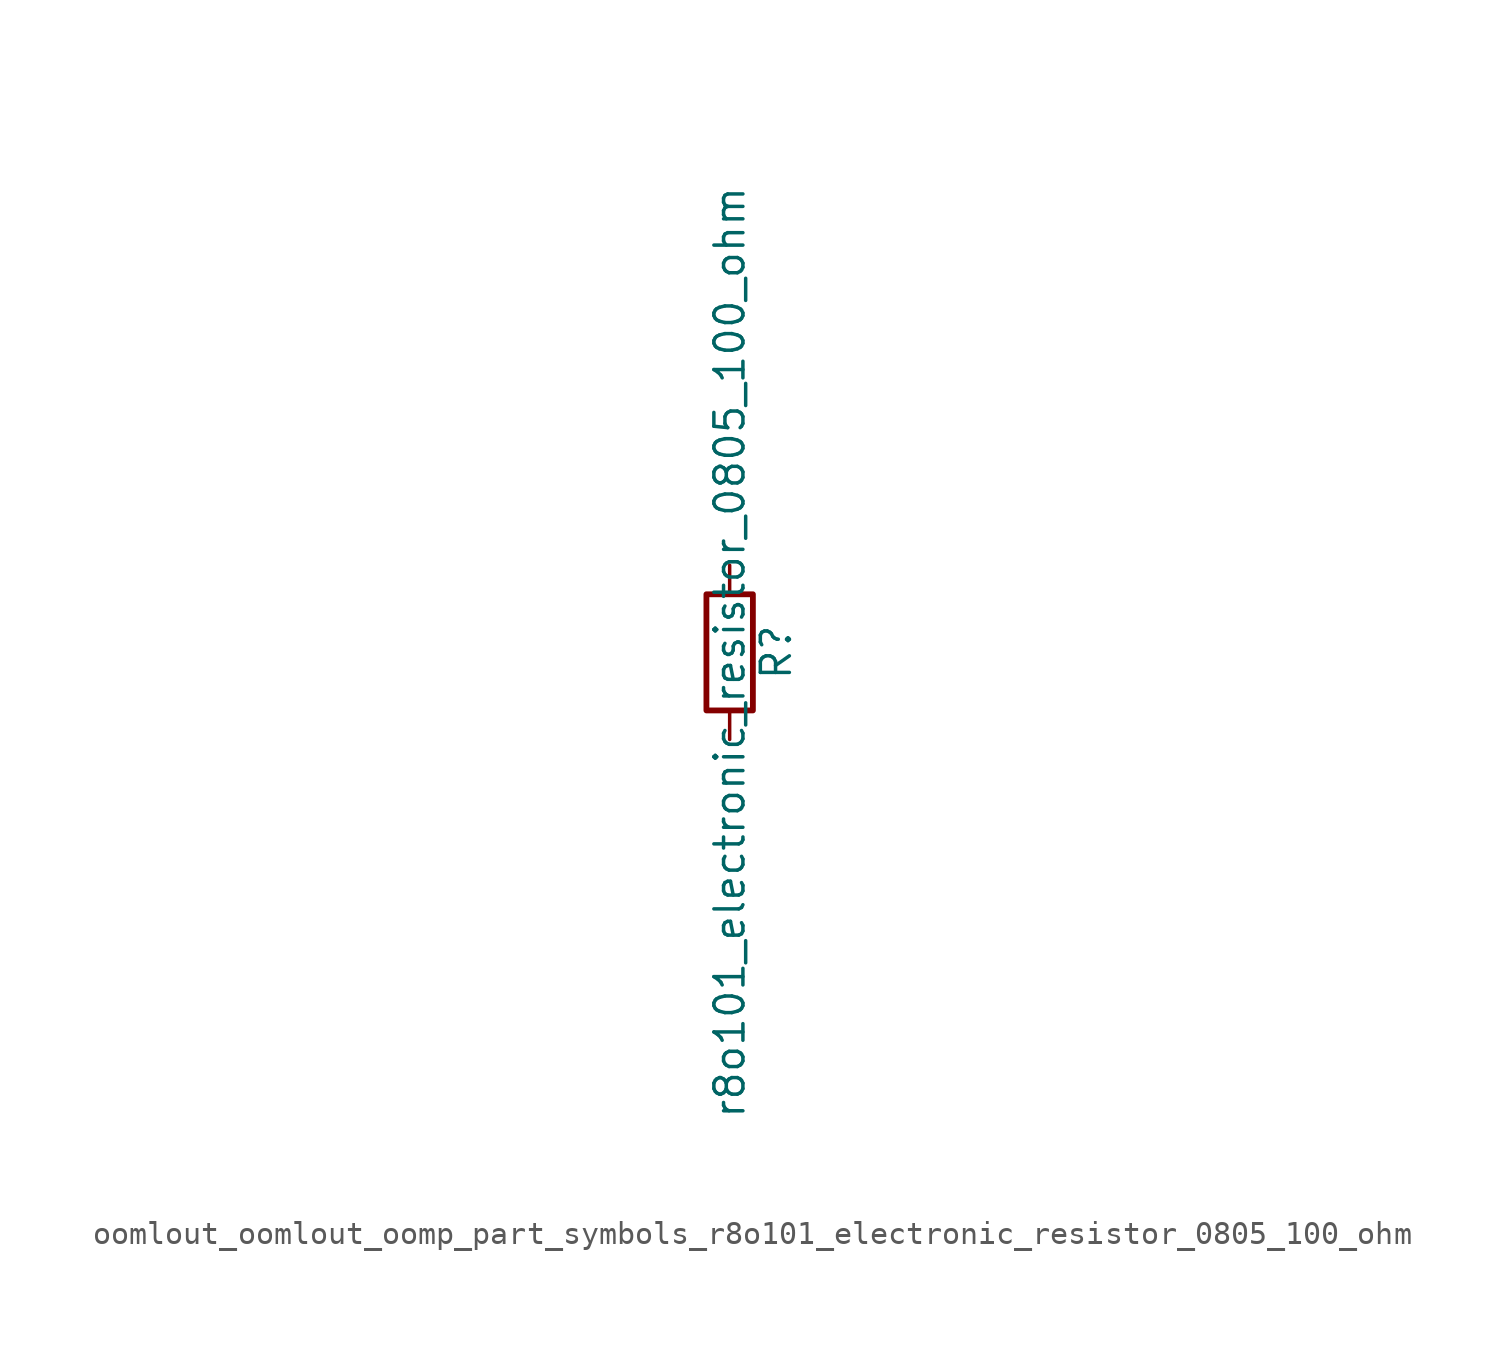
<source format=kicad_sym>
(kicad_symbol_lib
  (version 20220914)
  (generator kicad_symbol_editor)
  (symbol "oomlout_oomlout_oomp_part_symbols_r8o101_electronic_resistor_0805_100_ohm"
    (pin_numbers hide)
    (pin_names
      (offset 0))
    (property "Reference" "R"
      (at 2.032 0 90)
      (effects (font (size 1.27 1.27))))
    (property "Value" "r8o101_electronic_resistor_0805_100_ohm"
      (at 0 0 90)
      (effects (font (size 1.27 1.27))))
    (symbol "oomlout_oomlout_oomp_part_symbols_r8o101_electronic_resistor_0805_100_ohm_0_1"
      (rectangle (start -1.016 -2.54) (end 1.016 2.54) (stroke (width 0.254) (type default)) (fill (type none))))
    (symbol "oomlout_oomlout_oomp_part_symbols_r8o101_electronic_resistor_0805_100_ohm_1_1"
      (pin passive line (at 0 3.81 270) (length 1.27) (name "~" (effects (font (size 1.27 1.27)))) (number "1" (effects (font (size 1.27 1.27)))))
      (pin passive line (at 0 -3.81 90) (length 1.27) (name "~" (effects (font (size 1.27 1.27)))) (number "2" (effects (font (size 1.27 1.27))))))))
</source>
